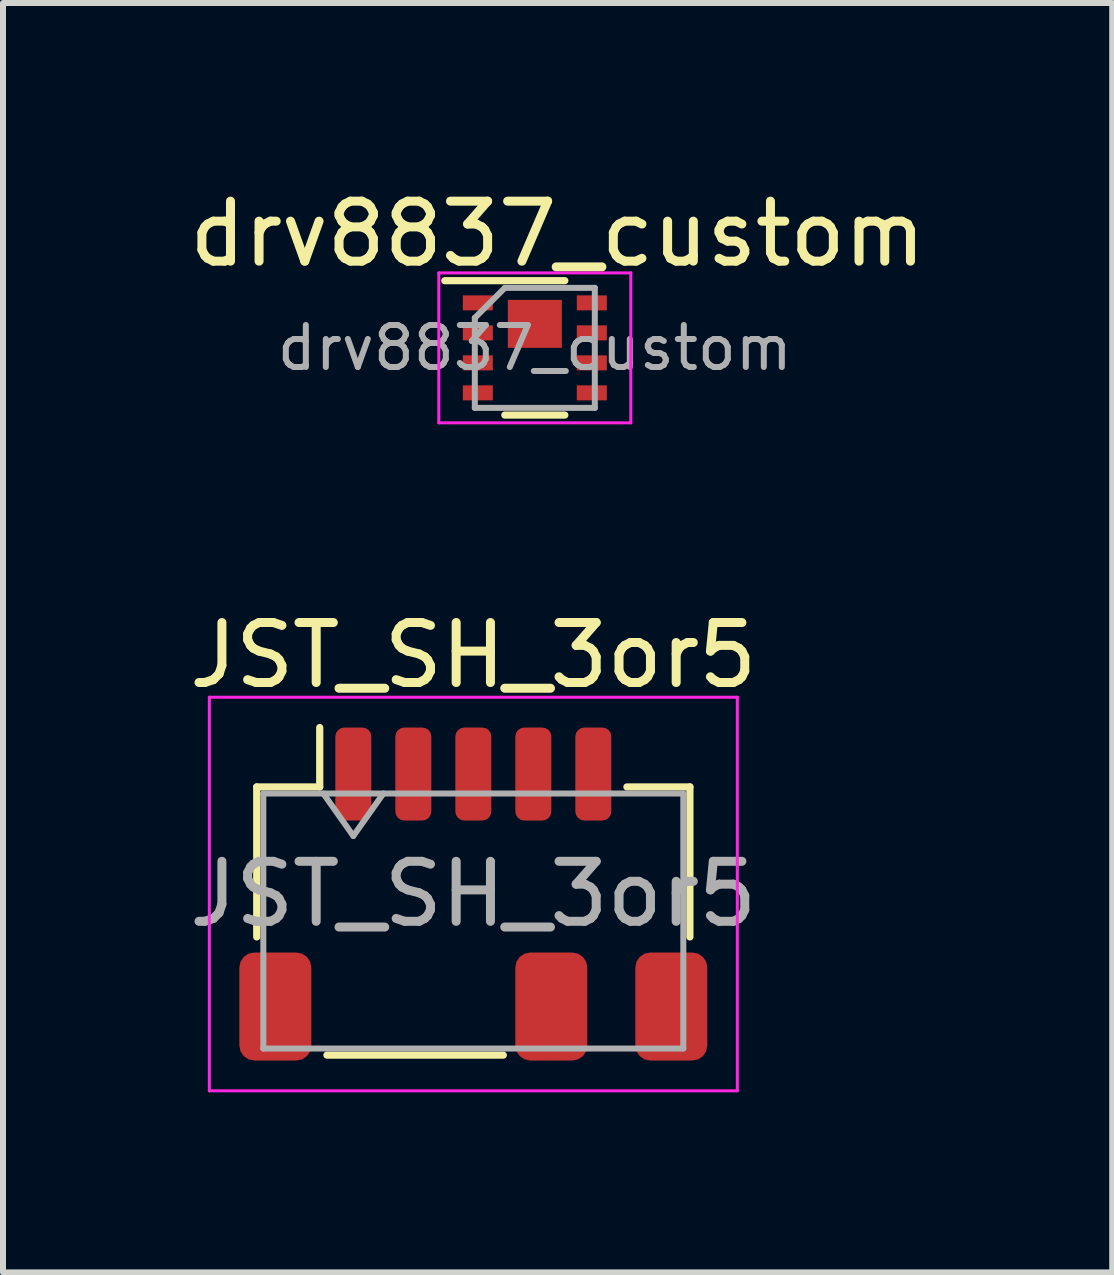
<source format=kicad_pcb>
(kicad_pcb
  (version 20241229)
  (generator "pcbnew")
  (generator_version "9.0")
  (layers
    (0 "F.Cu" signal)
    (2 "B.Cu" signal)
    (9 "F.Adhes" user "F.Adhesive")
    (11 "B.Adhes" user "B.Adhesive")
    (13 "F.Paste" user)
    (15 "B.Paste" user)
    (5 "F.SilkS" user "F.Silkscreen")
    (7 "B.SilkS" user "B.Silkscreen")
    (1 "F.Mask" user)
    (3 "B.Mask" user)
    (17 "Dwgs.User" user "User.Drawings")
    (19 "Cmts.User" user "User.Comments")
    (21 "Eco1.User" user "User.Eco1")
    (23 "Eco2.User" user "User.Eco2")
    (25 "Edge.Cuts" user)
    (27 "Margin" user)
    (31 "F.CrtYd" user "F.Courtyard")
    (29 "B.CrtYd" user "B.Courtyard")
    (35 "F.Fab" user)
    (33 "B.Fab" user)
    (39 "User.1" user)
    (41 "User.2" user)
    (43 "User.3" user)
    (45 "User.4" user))
  (footprint "drv8837_custom"
    (layer "F.Cu")
    (at 5.864 2.748)
    (property "Reference" "drv8837_custom" (at 0.38 -1.9 0) (layer "F.SilkS") (effects (font (size 1 1) (thickness 0.15))))
    (attr smd)
    (fp_line (start -1.5 -1.12) (end 0.5 -1.12) (stroke (width 0.12) (type solid)) (layer "F.SilkS"))
    (fp_line (start 0.5 1.12) (end -0.5 1.12) (stroke (width 0.12) (type solid)) (layer "F.SilkS"))
    (fp_line (start -1.6 -1.25) (end -1.6 1.25) (stroke (width 0.05) (type solid)) (layer "F.CrtYd"))
    (fp_line (start -1.6 -1.25) (end 1.6 -1.25) (stroke (width 0.05) (type solid)) (layer "F.CrtYd"))
    (fp_line (start -1.6 1.25) (end 1.6 1.25) (stroke (width 0.05) (type solid)) (layer "F.CrtYd"))
    (fp_line (start 1.6 -1.25) (end 1.6 1.25) (stroke (width 0.05) (type solid)) (layer "F.CrtYd"))
    (fp_line (start -1 1) (end -1 -0.5) (stroke (width 0.1) (type solid)) (layer "F.Fab"))
    (fp_line (start -0.5 -1) (end -1 -0.5) (stroke (width 0.1) (type solid)) (layer "F.Fab"))
    (fp_line (start -0.5 -1) (end 1 -1) (stroke (width 0.1) (type solid)) (layer "F.Fab"))
    (fp_line (start 1 -1) (end 1 1) (stroke (width 0.1) (type solid)) (layer "F.Fab"))
    (fp_line (start 1 1) (end -1 1) (stroke (width 0.1) (type solid)) (layer "F.Fab"))
    (fp_text user "${REFERENCE}" (at 0 0 0) (layer "F.Fab") (effects (font (size 0.7 0.7) (thickness 0.1))))
    (pad "" smd rect (at 0 -0.4) (size 0.75 0.65) (layers "F.Paste"))
    (pad "1" smd rect (at -0.95 -0.75) (size 0.5 0.25) (layers "F.Cu" "F.Mask" "F.Paste"))
    (pad "2" smd rect (at -0.95 -0.25) (size 0.5 0.25) (layers "F.Cu" "F.Mask" "F.Paste"))
    (pad "3" smd rect (at -0.95 0.25) (size 0.5 0.25) (layers "F.Cu" "F.Mask" "F.Paste"))
    (pad "4" smd rect (at -0.95 0.75) (size 0.5 0.25) (layers "F.Cu" "F.Mask" "F.Paste"))
    (pad "5" smd rect (at 0.95 0.75) (size 0.5 0.25) (layers "F.Cu" "F.Mask" "F.Paste"))
    (pad "6" smd rect (at 0.95 0.25) (size 0.5 0.25) (layers "F.Cu" "F.Mask" "F.Paste"))
    (pad "7" smd rect (at 0.95 -0.25) (size 0.5 0.25) (layers "F.Cu" "F.Mask" "F.Paste"))
    (pad "8" smd rect (at 0.95 -0.75) (size 0.5 0.25) (layers "F.Cu" "F.Mask" "F.Paste"))
    (pad "9" smd rect (at 0 -0.4) (size 0.9 0.8) (layers "F.Cu" "F.Mask")))
  (footprint "JST_SH_3or5"
    (layer "F.Cu")
    (at 4.839 11.851)
    (property "Reference" "JST_SH_3or5" (at 0 -3.98 0) (layer "F.SilkS") (effects (font (size 1 1) (thickness 0.15))))
    (attr smd)
    (fp_line (start -3.61 -1.785) (end -2.56 -1.785) (stroke (width 0.12) (type solid)) (layer "F.SilkS"))
    (fp_line (start -3.61 0.715) (end -3.61 -1.785) (stroke (width 0.12) (type solid)) (layer "F.SilkS"))
    (fp_line (start -2.56 -1.785) (end -2.56 -2.775) (stroke (width 0.12) (type solid)) (layer "F.SilkS"))
    (fp_line (start -2.44 2.685) (end 0.5 2.685) (stroke (width 0.12) (type solid)) (layer "F.SilkS"))
    (fp_line (start 3.61 -1.785) (end 2.56 -1.785) (stroke (width 0.12) (type solid)) (layer "F.SilkS"))
    (fp_line (start 3.61 0.715) (end 3.61 -1.785) (stroke (width 0.12) (type solid)) (layer "F.SilkS"))
    (fp_line (start -4.4 -3.28) (end -4.4 3.28) (stroke (width 0.05) (type solid)) (layer "F.CrtYd"))
    (fp_line (start -4.4 3.28) (end 4.4 3.28) (stroke (width 0.05) (type solid)) (layer "F.CrtYd"))
    (fp_line (start 4.4 -3.28) (end -4.4 -3.28) (stroke (width 0.05) (type solid)) (layer "F.CrtYd"))
    (fp_line (start 4.4 3.28) (end 4.4 -3.28) (stroke (width 0.05) (type solid)) (layer "F.CrtYd"))
    (fp_line (start -3.5 -1.675) (end -3.5 2.575) (stroke (width 0.1) (type solid)) (layer "F.Fab"))
    (fp_line (start -3.5 -1.675) (end 3.5 -1.675) (stroke (width 0.1) (type solid)) (layer "F.Fab"))
    (fp_line (start -3.5 2.575) (end 3.5 2.575) (stroke (width 0.1) (type solid)) (layer "F.Fab"))
    (fp_line (start -2.5 -1.675) (end -2 -0.968) (stroke (width 0.1) (type solid)) (layer "F.Fab"))
    (fp_line (start -2 -0.968) (end -1.5 -1.675) (stroke (width 0.1) (type solid)) (layer "F.Fab"))
    (fp_line (start 3.5 -1.675) (end 3.5 2.575) (stroke (width 0.1) (type solid)) (layer "F.Fab"))
    (fp_text user "${REFERENCE}" (at 0 0 0) (layer "F.Fab") (effects (font (size 1 1) (thickness 0.15))))
    (pad "1" smd roundrect (at -2 -2) (size 0.6 1.55) (layers "F.Cu" "F.Mask" "F.Paste") (roundrect_rratio 0.25))
    (pad "2" smd roundrect (at -1 -2) (size 0.6 1.55) (layers "F.Cu" "F.Mask" "F.Paste") (roundrect_rratio 0.25))
    (pad "3" smd roundrect (at 0 -2) (size 0.6 1.55) (layers "F.Cu" "F.Mask" "F.Paste") (roundrect_rratio 0.25))
    (pad "4" smd roundrect (at 1 -2) (size 0.6 1.55) (layers "F.Cu" "F.Mask" "F.Paste") (roundrect_rratio 0.25))
    (pad "5" smd roundrect (at 2 -2) (size 0.6 1.55) (layers "F.Cu" "F.Mask" "F.Paste") (roundrect_rratio 0.25))
    (pad "MP" smd roundrect (at -3.3 1.875) (size 1.2 1.8) (layers "F.Cu" "F.Mask" "F.Paste") (roundrect_rratio 0.208))
    (pad "MP" smd roundrect (at 1.3 1.875) (size 1.2 1.8) (layers "F.Cu" "F.Mask" "F.Paste") (roundrect_rratio 0.208))
    (pad "MP" smd roundrect (at 3.3 1.875) (size 1.2 1.8) (layers "F.Cu" "F.Mask" "F.Paste") (roundrect_rratio 0.208)))
  (gr_rect
    (start -3 -3)
    (end 15.488 18.157)
    (stroke (width 0.1) (type default))
    (fill no)
    (layer "Edge.Cuts")))
</source>
